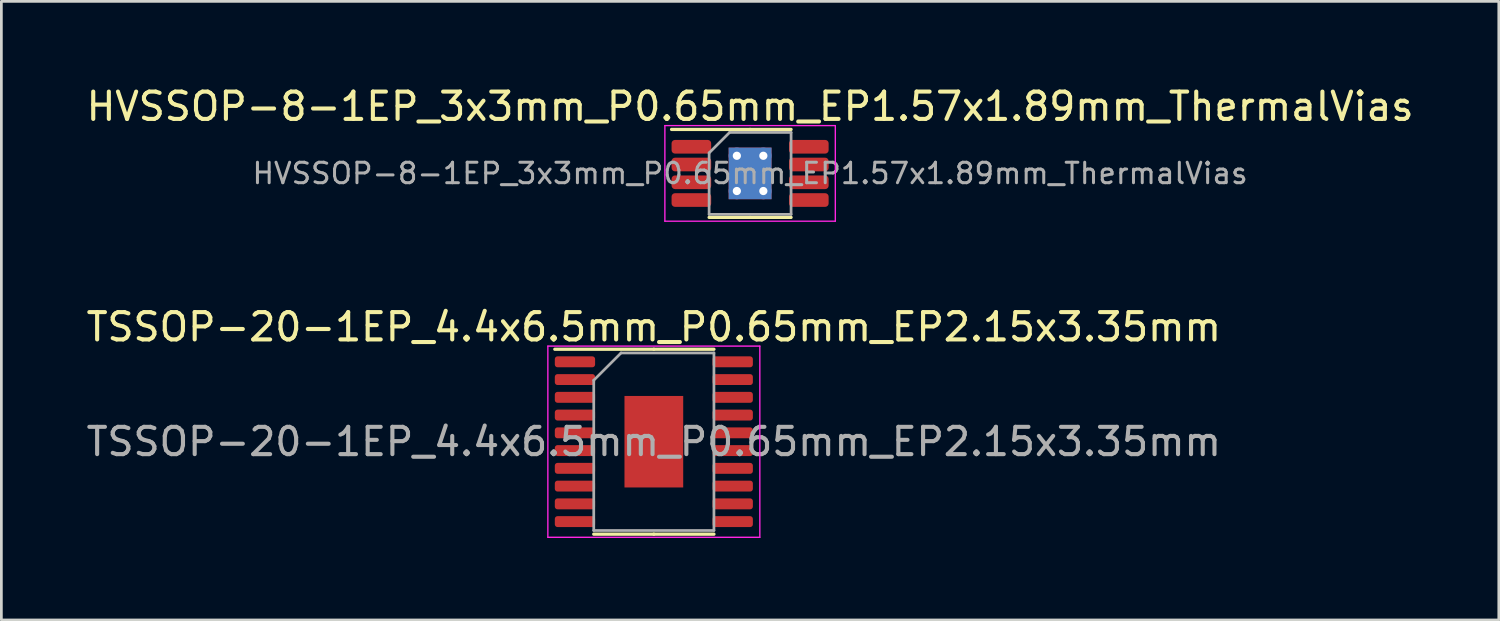
<source format=kicad_pcb>
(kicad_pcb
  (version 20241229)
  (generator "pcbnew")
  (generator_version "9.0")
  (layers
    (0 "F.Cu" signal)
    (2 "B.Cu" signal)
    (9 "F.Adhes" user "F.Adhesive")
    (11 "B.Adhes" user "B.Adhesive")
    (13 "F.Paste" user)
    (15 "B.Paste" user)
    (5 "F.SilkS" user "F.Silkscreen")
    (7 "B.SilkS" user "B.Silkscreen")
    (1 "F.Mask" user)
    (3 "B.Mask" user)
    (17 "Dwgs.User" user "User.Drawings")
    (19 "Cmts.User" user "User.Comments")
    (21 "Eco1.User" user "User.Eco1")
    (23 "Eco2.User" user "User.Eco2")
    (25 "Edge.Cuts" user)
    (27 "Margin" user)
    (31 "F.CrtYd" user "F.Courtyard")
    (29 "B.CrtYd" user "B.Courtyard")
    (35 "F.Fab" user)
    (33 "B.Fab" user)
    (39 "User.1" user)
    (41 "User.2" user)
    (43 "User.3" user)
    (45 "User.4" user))
  (footprint "TSSOP-20-1EP_4.4x6.5mm_P0.65mm_EP2.15x3.35mm"
    (layer "F.Cu")
    (at 20.887 13.121)
    (property "Reference" "TSSOP-20-1EP_4.4x6.5mm_P0.65mm_EP2.15x3.35mm" (at 0 -4.2 0) (layer "F.SilkS") (effects (font (size 1 1) (thickness 0.15))))
    (attr smd)
    (fp_line (start 0 -3.385) (end -3.625 -3.385) (stroke (width 0.12) (type solid)) (layer "F.SilkS"))
    (fp_line (start 0 -3.385) (end 2.2 -3.385) (stroke (width 0.12) (type solid)) (layer "F.SilkS"))
    (fp_line (start 0 3.385) (end -2.2 3.385) (stroke (width 0.12) (type solid)) (layer "F.SilkS"))
    (fp_line (start 0 3.385) (end 2.2 3.385) (stroke (width 0.12) (type solid)) (layer "F.SilkS"))
    (fp_line (start -3.88 -3.5) (end -3.88 3.5) (stroke (width 0.05) (type solid)) (layer "F.CrtYd"))
    (fp_line (start -3.88 3.5) (end 3.88 3.5) (stroke (width 0.05) (type solid)) (layer "F.CrtYd"))
    (fp_line (start 3.88 -3.5) (end -3.88 -3.5) (stroke (width 0.05) (type solid)) (layer "F.CrtYd"))
    (fp_line (start 3.88 3.5) (end 3.88 -3.5) (stroke (width 0.05) (type solid)) (layer "F.CrtYd"))
    (fp_line (start -2.2 -2.25) (end -1.2 -3.25) (stroke (width 0.1) (type solid)) (layer "F.Fab"))
    (fp_line (start -2.2 3.25) (end -2.2 -2.25) (stroke (width 0.1) (type solid)) (layer "F.Fab"))
    (fp_line (start -1.2 -3.25) (end 2.2 -3.25) (stroke (width 0.1) (type solid)) (layer "F.Fab"))
    (fp_line (start 2.2 -3.25) (end 2.2 3.25) (stroke (width 0.1) (type solid)) (layer "F.Fab"))
    (fp_line (start 2.2 3.25) (end -2.2 3.25) (stroke (width 0.1) (type solid)) (layer "F.Fab"))
    (fp_text user "${REFERENCE}" (at 0 0 0) (layer "F.Fab") (effects (font (size 1 1) (thickness 0.15))))
    (pad "" smd roundrect (at -0.54 -0.84) (size 0.87 1.35) (layers "F.Paste") (roundrect_rratio 0.25))
    (pad "" smd roundrect (at -0.54 0.84) (size 0.87 1.35) (layers "F.Paste") (roundrect_rratio 0.25))
    (pad "" smd roundrect (at 0.54 -0.84) (size 0.87 1.35) (layers "F.Paste") (roundrect_rratio 0.25))
    (pad "" smd roundrect (at 0.54 0.84) (size 0.87 1.35) (layers "F.Paste") (roundrect_rratio 0.25))
    (pad "1" smd roundrect (at -2.888 -2.925) (size 1.475 0.4) (layers "F.Cu" "F.Mask" "F.Paste") (roundrect_rratio 0.25))
    (pad "2" smd roundrect (at -2.888 -2.275) (size 1.475 0.4) (layers "F.Cu" "F.Mask" "F.Paste") (roundrect_rratio 0.25))
    (pad "3" smd roundrect (at -2.888 -1.625) (size 1.475 0.4) (layers "F.Cu" "F.Mask" "F.Paste") (roundrect_rratio 0.25))
    (pad "4" smd roundrect (at -2.888 -0.975) (size 1.475 0.4) (layers "F.Cu" "F.Mask" "F.Paste") (roundrect_rratio 0.25))
    (pad "5" smd roundrect (at -2.888 -0.325) (size 1.475 0.4) (layers "F.Cu" "F.Mask" "F.Paste") (roundrect_rratio 0.25))
    (pad "6" smd roundrect (at -2.888 0.325) (size 1.475 0.4) (layers "F.Cu" "F.Mask" "F.Paste") (roundrect_rratio 0.25))
    (pad "7" smd roundrect (at -2.888 0.975) (size 1.475 0.4) (layers "F.Cu" "F.Mask" "F.Paste") (roundrect_rratio 0.25))
    (pad "8" smd roundrect (at -2.888 1.625) (size 1.475 0.4) (layers "F.Cu" "F.Mask" "F.Paste") (roundrect_rratio 0.25))
    (pad "9" smd roundrect (at -2.888 2.275) (size 1.475 0.4) (layers "F.Cu" "F.Mask" "F.Paste") (roundrect_rratio 0.25))
    (pad "10" smd roundrect (at -2.888 2.925) (size 1.475 0.4) (layers "F.Cu" "F.Mask" "F.Paste") (roundrect_rratio 0.25))
    (pad "11" smd roundrect (at 2.888 2.925) (size 1.475 0.4) (layers "F.Cu" "F.Mask" "F.Paste") (roundrect_rratio 0.25))
    (pad "12" smd roundrect (at 2.888 2.275) (size 1.475 0.4) (layers "F.Cu" "F.Mask" "F.Paste") (roundrect_rratio 0.25))
    (pad "13" smd roundrect (at 2.888 1.625) (size 1.475 0.4) (layers "F.Cu" "F.Mask" "F.Paste") (roundrect_rratio 0.25))
    (pad "14" smd roundrect (at 2.888 0.975) (size 1.475 0.4) (layers "F.Cu" "F.Mask" "F.Paste") (roundrect_rratio 0.25))
    (pad "15" smd roundrect (at 2.888 0.325) (size 1.475 0.4) (layers "F.Cu" "F.Mask" "F.Paste") (roundrect_rratio 0.25))
    (pad "16" smd roundrect (at 2.888 -0.325) (size 1.475 0.4) (layers "F.Cu" "F.Mask" "F.Paste") (roundrect_rratio 0.25))
    (pad "17" smd roundrect (at 2.888 -0.975) (size 1.475 0.4) (layers "F.Cu" "F.Mask" "F.Paste") (roundrect_rratio 0.25))
    (pad "18" smd roundrect (at 2.888 -1.625) (size 1.475 0.4) (layers "F.Cu" "F.Mask" "F.Paste") (roundrect_rratio 0.25))
    (pad "19" smd roundrect (at 2.888 -2.275) (size 1.475 0.4) (layers "F.Cu" "F.Mask" "F.Paste") (roundrect_rratio 0.25))
    (pad "20" smd roundrect (at 2.888 -2.925) (size 1.475 0.4) (layers "F.Cu" "F.Mask" "F.Paste") (roundrect_rratio 0.25))
    (pad "21" smd rect (at 0 0) (size 2.15 3.35) (layers "F.Cu" "F.Mask")))
  (footprint "HVSSOP-8-1EP_3x3mm_P0.65mm_EP1.57x1.89mm_ThermalVias"
    (layer "F.Cu")
    (at 24.411 3.298)
    (property "Reference" "HVSSOP-8-1EP_3x3mm_P0.65mm_EP1.57x1.89mm_ThermalVias" (at 0 -2.45 0) (layer "F.SilkS") (effects (font (size 1 1) (thickness 0.15))))
    (attr smd)
    (fp_line (start 0 -1.61) (end -2.875 -1.61) (stroke (width 0.12) (type solid)) (layer "F.SilkS"))
    (fp_line (start 0 -1.61) (end 1.5 -1.61) (stroke (width 0.12) (type solid)) (layer "F.SilkS"))
    (fp_line (start 0 1.61) (end -1.5 1.61) (stroke (width 0.12) (type solid)) (layer "F.SilkS"))
    (fp_line (start 0 1.61) (end 1.5 1.61) (stroke (width 0.12) (type solid)) (layer "F.SilkS"))
    (fp_line (start -3.12 -1.75) (end -3.12 1.75) (stroke (width 0.05) (type solid)) (layer "F.CrtYd"))
    (fp_line (start -3.12 1.75) (end 3.12 1.75) (stroke (width 0.05) (type solid)) (layer "F.CrtYd"))
    (fp_line (start 3.12 -1.75) (end -3.12 -1.75) (stroke (width 0.05) (type solid)) (layer "F.CrtYd"))
    (fp_line (start 3.12 1.75) (end 3.12 -1.75) (stroke (width 0.05) (type solid)) (layer "F.CrtYd"))
    (fp_line (start -1.5 -0.75) (end -0.75 -1.5) (stroke (width 0.1) (type solid)) (layer "F.Fab"))
    (fp_line (start -1.5 1.5) (end -1.5 -0.75) (stroke (width 0.1) (type solid)) (layer "F.Fab"))
    (fp_line (start -0.75 -1.5) (end 1.5 -1.5) (stroke (width 0.1) (type solid)) (layer "F.Fab"))
    (fp_line (start 1.5 -1.5) (end 1.5 1.5) (stroke (width 0.1) (type solid)) (layer "F.Fab"))
    (fp_line (start 1.5 1.5) (end -1.5 1.5) (stroke (width 0.1) (type solid)) (layer "F.Fab"))
    (fp_text user "${REFERENCE}" (at 0 0 0) (layer "F.Fab") (effects (font (size 0.75 0.75) (thickness 0.11))))
    (pad "" smd roundrect (at -0.39 -0.47) (size 0.63 0.76) (layers "F.Paste") (roundrect_rratio 0.25))
    (pad "" smd roundrect (at -0.39 0.47) (size 0.63 0.76) (layers "F.Paste") (roundrect_rratio 0.25))
    (pad "" smd roundrect (at 0.39 -0.47) (size 0.63 0.76) (layers "F.Paste") (roundrect_rratio 0.25))
    (pad "" smd roundrect (at 0.39 0.47) (size 0.63 0.76) (layers "F.Paste") (roundrect_rratio 0.25))
    (pad "1" smd roundrect (at -2.15 -0.975) (size 1.45 0.5) (layers "F.Cu" "F.Mask" "F.Paste") (roundrect_rratio 0.25))
    (pad "2" smd roundrect (at -2.15 -0.325) (size 1.45 0.5) (layers "F.Cu" "F.Mask" "F.Paste") (roundrect_rratio 0.25))
    (pad "3" smd roundrect (at -2.15 0.325) (size 1.45 0.5) (layers "F.Cu" "F.Mask" "F.Paste") (roundrect_rratio 0.25))
    (pad "4" smd roundrect (at -2.15 0.975) (size 1.45 0.5) (layers "F.Cu" "F.Mask" "F.Paste") (roundrect_rratio 0.25))
    (pad "5" smd roundrect (at 2.15 0.975) (size 1.45 0.5) (layers "F.Cu" "F.Mask" "F.Paste") (roundrect_rratio 0.25))
    (pad "6" smd roundrect (at 2.15 0.325) (size 1.45 0.5) (layers "F.Cu" "F.Mask" "F.Paste") (roundrect_rratio 0.25))
    (pad "7" smd roundrect (at 2.15 -0.325) (size 1.45 0.5) (layers "F.Cu" "F.Mask" "F.Paste") (roundrect_rratio 0.25))
    (pad "8" smd roundrect (at 2.15 -0.975) (size 1.45 0.5) (layers "F.Cu" "F.Mask" "F.Paste") (roundrect_rratio 0.25))
    (pad "9" thru_hole circle (at -0.485 -0.645) (size 0.6 0.6) (drill 0.3) (layers "*.Cu"))
    (pad "9" thru_hole circle (at -0.485 0.645) (size 0.6 0.6) (drill 0.3) (layers "*.Cu"))
    (pad "9" smd rect (at 0 0) (size 1.57 1.89) (layers "F.Cu" "F.Mask"))
    (pad "9" smd rect (at 0 0) (size 1.57 1.89) (layers "B.Cu"))
    (pad "9" thru_hole circle (at 0.485 -0.645) (size 0.6 0.6) (drill 0.3) (layers "*.Cu"))
    (pad "9" thru_hole circle (at 0.485 0.645) (size 0.6 0.6) (drill 0.3) (layers "*.Cu")))
  (gr_rect
    (start -3 -3)
    (end 51.821 19.646)
    (stroke (width 0.1) (type default))
    (fill no)
    (layer "Edge.Cuts")))
</source>
